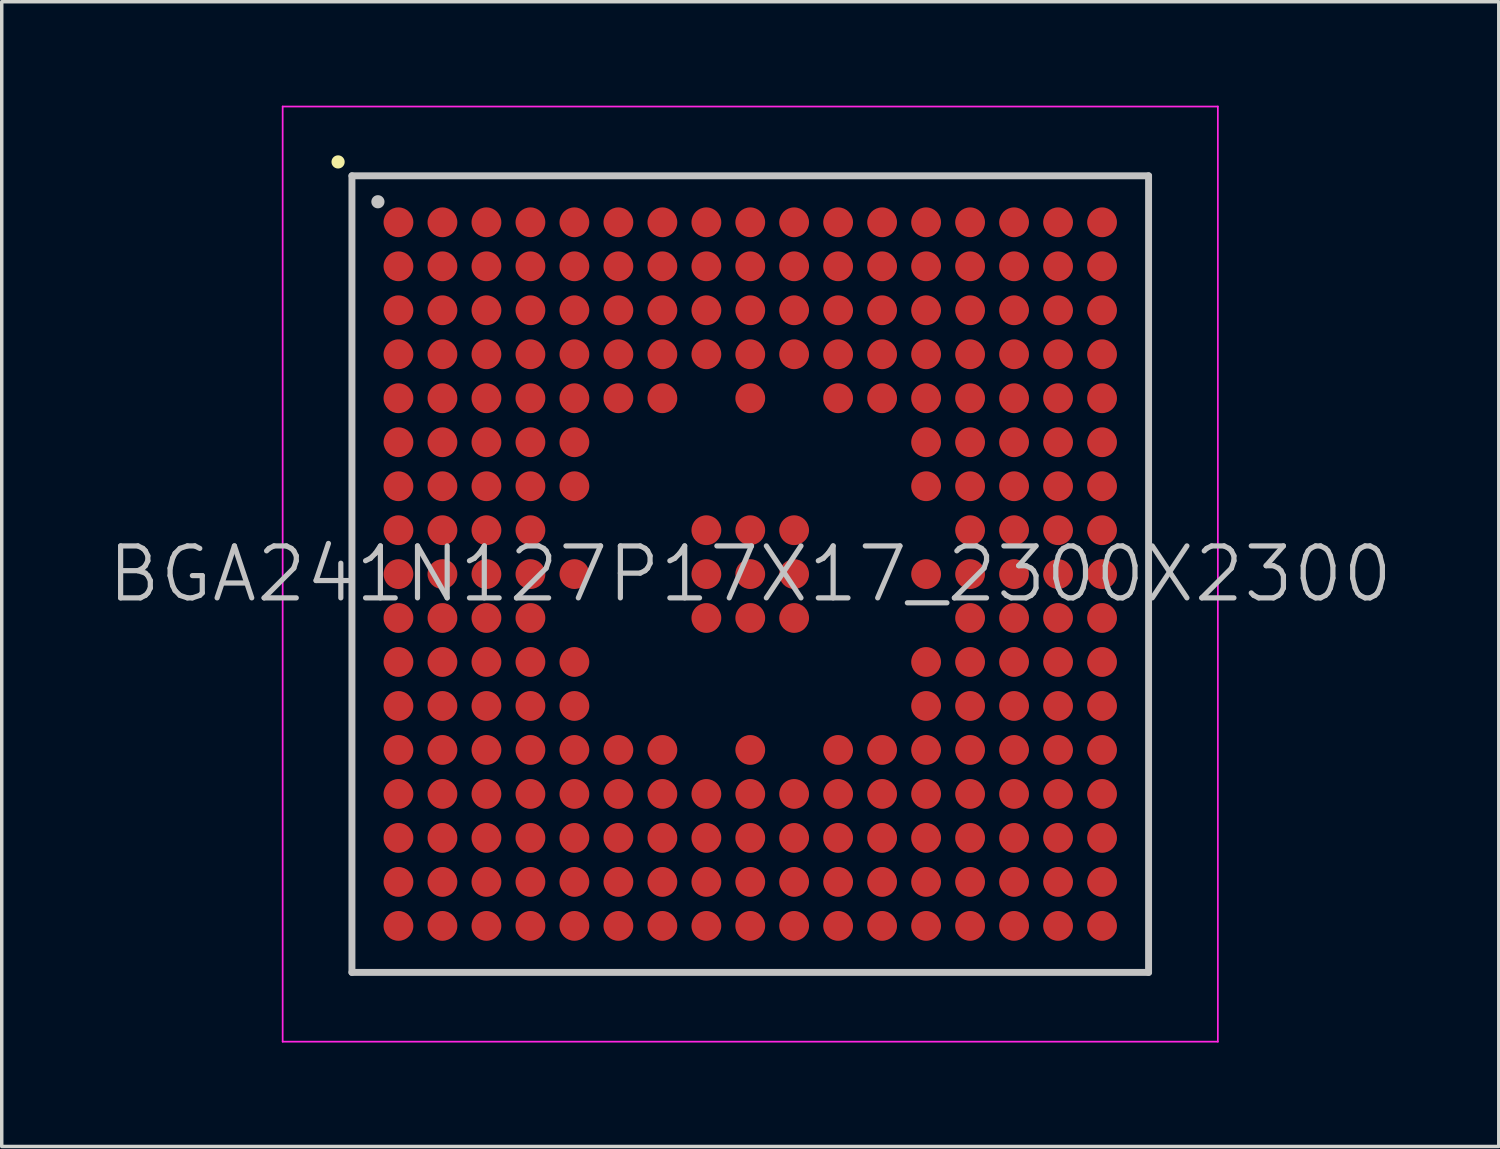
<source format=kicad_pcb>
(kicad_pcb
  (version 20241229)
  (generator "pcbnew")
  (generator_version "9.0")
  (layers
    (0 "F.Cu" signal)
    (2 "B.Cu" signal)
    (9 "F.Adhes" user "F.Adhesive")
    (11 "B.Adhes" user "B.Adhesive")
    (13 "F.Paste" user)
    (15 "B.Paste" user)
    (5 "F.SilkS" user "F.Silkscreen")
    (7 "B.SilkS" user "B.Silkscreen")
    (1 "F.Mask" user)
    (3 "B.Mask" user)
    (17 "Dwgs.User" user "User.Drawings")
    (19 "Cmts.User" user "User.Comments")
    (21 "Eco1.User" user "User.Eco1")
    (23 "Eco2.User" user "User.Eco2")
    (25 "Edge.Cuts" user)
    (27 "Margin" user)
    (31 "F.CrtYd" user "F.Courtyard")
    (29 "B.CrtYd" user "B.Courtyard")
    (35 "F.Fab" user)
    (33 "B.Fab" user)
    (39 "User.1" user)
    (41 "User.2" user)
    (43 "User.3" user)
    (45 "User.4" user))
  (footprint "BGA241N127P17X17_2300X2300"
    (layer "F.Cu")
    (at 18.611 13.525)
    (property "Reference" "BGA241N127P17X17_2300X2300" (at 0 0 0) (layer "Dwgs.User") (effects (font (size 1.5 1.5) (thickness 0.15))))
    (attr smd)
    (fp_line (start -11.9 -11.9) (end -11.9 -11.9) (stroke (width 0.381) (type solid)) (layer "F.SilkS"))
    (fp_line (start -11.5 -11.5) (end -11.5 11.5) (stroke (width 0.2) (type solid)) (layer "Dwgs.User"))
    (fp_line (start -11.5 -11.5) (end 11.5 -11.5) (stroke (width 0.2) (type solid)) (layer "Dwgs.User"))
    (fp_line (start -11.5 11.5) (end 11.5 11.5) (stroke (width 0.2) (type solid)) (layer "Dwgs.User"))
    (fp_line (start -10.75 -10.75) (end -10.75 -10.75) (stroke (width 0.381) (type solid)) (layer "Dwgs.User"))
    (fp_line (start 11.5 -11.5) (end 11.5 11.5) (stroke (width 0.2) (type solid)) (layer "Dwgs.User"))
    (fp_line (start -13.5 -13.5) (end -13.5 13.5) (stroke (width 0.05) (type solid)) (layer "F.CrtYd"))
    (fp_line (start -13.5 -13.5) (end 13.5 -13.5) (stroke (width 0.05) (type solid)) (layer "F.CrtYd"))
    (fp_line (start -13.5 13.5) (end 13.5 13.5) (stroke (width 0.05) (type solid)) (layer "F.CrtYd"))
    (fp_line (start 13.5 -13.5) (end 13.5 13.5) (stroke (width 0.05) (type solid)) (layer "F.CrtYd"))
    (pad "A1" smd circle (at -10.157 -10.157 270) (size 0.86 0.86) (layers "F.Cu" "F.Mask" "F.Paste"))
    (pad "A2" smd circle (at -8.887 -10.157 270) (size 0.86 0.86) (layers "F.Cu" "F.Mask" "F.Paste"))
    (pad "A3" smd circle (at -7.617 -10.157 270) (size 0.86 0.86) (layers "F.Cu" "F.Mask" "F.Paste"))
    (pad "A4" smd circle (at -6.347 -10.157 270) (size 0.86 0.86) (layers "F.Cu" "F.Mask" "F.Paste"))
    (pad "A5" smd circle (at -5.077 -10.157 270) (size 0.86 0.86) (layers "F.Cu" "F.Mask" "F.Paste"))
    (pad "A6" smd circle (at -3.807 -10.157 270) (size 0.86 0.86) (layers "F.Cu" "F.Mask" "F.Paste"))
    (pad "A7" smd circle (at -2.537 -10.157 270) (size 0.86 0.86) (layers "F.Cu" "F.Mask" "F.Paste"))
    (pad "A8" smd circle (at -1.267 -10.157 270) (size 0.86 0.86) (layers "F.Cu" "F.Mask" "F.Paste"))
    (pad "A9" smd circle (at 0 -10.157 270) (size 0.86 0.86) (layers "F.Cu" "F.Mask" "F.Paste"))
    (pad "A10" smd circle (at 1.267 -10.157 270) (size 0.86 0.86) (layers "F.Cu" "F.Mask" "F.Paste"))
    (pad "A11" smd circle (at 2.537 -10.157 270) (size 0.86 0.86) (layers "F.Cu" "F.Mask" "F.Paste"))
    (pad "A12" smd circle (at 3.807 -10.157 270) (size 0.86 0.86) (layers "F.Cu" "F.Mask" "F.Paste"))
    (pad "A13" smd circle (at 5.077 -10.157 270) (size 0.86 0.86) (layers "F.Cu" "F.Mask" "F.Paste"))
    (pad "A14" smd circle (at 6.347 -10.157 270) (size 0.86 0.86) (layers "F.Cu" "F.Mask" "F.Paste"))
    (pad "A15" smd circle (at 7.617 -10.157 270) (size 0.86 0.86) (layers "F.Cu" "F.Mask" "F.Paste"))
    (pad "A16" smd circle (at 8.887 -10.157 270) (size 0.86 0.86) (layers "F.Cu" "F.Mask" "F.Paste"))
    (pad "A17" smd circle (at 10.157 -10.157 270) (size 0.86 0.86) (layers "F.Cu" "F.Mask" "F.Paste"))
    (pad "B1" smd circle (at -10.157 -8.887 270) (size 0.86 0.86) (layers "F.Cu" "F.Mask" "F.Paste"))
    (pad "B2" smd circle (at -8.887 -8.887 270) (size 0.86 0.86) (layers "F.Cu" "F.Mask" "F.Paste"))
    (pad "B3" smd circle (at -7.617 -8.887 270) (size 0.86 0.86) (layers "F.Cu" "F.Mask" "F.Paste"))
    (pad "B4" smd circle (at -6.347 -8.887 270) (size 0.86 0.86) (layers "F.Cu" "F.Mask" "F.Paste"))
    (pad "B5" smd circle (at -5.077 -8.887 270) (size 0.86 0.86) (layers "F.Cu" "F.Mask" "F.Paste"))
    (pad "B6" smd circle (at -3.807 -8.887 270) (size 0.86 0.86) (layers "F.Cu" "F.Mask" "F.Paste"))
    (pad "B7" smd circle (at -2.537 -8.887 270) (size 0.86 0.86) (layers "F.Cu" "F.Mask" "F.Paste"))
    (pad "B8" smd circle (at -1.267 -8.887 270) (size 0.86 0.86) (layers "F.Cu" "F.Mask" "F.Paste"))
    (pad "B9" smd circle (at 0 -8.887 270) (size 0.86 0.86) (layers "F.Cu" "F.Mask" "F.Paste"))
    (pad "B10" smd circle (at 1.267 -8.887 270) (size 0.86 0.86) (layers "F.Cu" "F.Mask" "F.Paste"))
    (pad "B11" smd circle (at 2.537 -8.887 270) (size 0.86 0.86) (layers "F.Cu" "F.Mask" "F.Paste"))
    (pad "B12" smd circle (at 3.807 -8.887 270) (size 0.86 0.86) (layers "F.Cu" "F.Mask" "F.Paste"))
    (pad "B13" smd circle (at 5.077 -8.887 270) (size 0.86 0.86) (layers "F.Cu" "F.Mask" "F.Paste"))
    (pad "B14" smd circle (at 6.347 -8.887 270) (size 0.86 0.86) (layers "F.Cu" "F.Mask" "F.Paste"))
    (pad "B15" smd circle (at 7.617 -8.887 270) (size 0.86 0.86) (layers "F.Cu" "F.Mask" "F.Paste"))
    (pad "B16" smd circle (at 8.887 -8.887 270) (size 0.86 0.86) (layers "F.Cu" "F.Mask" "F.Paste"))
    (pad "B17" smd circle (at 10.157 -8.887 270) (size 0.86 0.86) (layers "F.Cu" "F.Mask" "F.Paste"))
    (pad "C1" smd circle (at -10.157 -7.617 270) (size 0.86 0.86) (layers "F.Cu" "F.Mask" "F.Paste"))
    (pad "C2" smd circle (at -8.887 -7.617 270) (size 0.86 0.86) (layers "F.Cu" "F.Mask" "F.Paste"))
    (pad "C3" smd circle (at -7.617 -7.617 270) (size 0.86 0.86) (layers "F.Cu" "F.Mask" "F.Paste"))
    (pad "C4" smd circle (at -6.347 -7.617 270) (size 0.86 0.86) (layers "F.Cu" "F.Mask" "F.Paste"))
    (pad "C5" smd circle (at -5.077 -7.617 270) (size 0.86 0.86) (layers "F.Cu" "F.Mask" "F.Paste"))
    (pad "C6" smd circle (at -3.807 -7.617 270) (size 0.86 0.86) (layers "F.Cu" "F.Mask" "F.Paste"))
    (pad "C7" smd circle (at -2.537 -7.617 270) (size 0.86 0.86) (layers "F.Cu" "F.Mask" "F.Paste"))
    (pad "C8" smd circle (at -1.267 -7.617 270) (size 0.86 0.86) (layers "F.Cu" "F.Mask" "F.Paste"))
    (pad "C9" smd circle (at 0 -7.617 270) (size 0.86 0.86) (layers "F.Cu" "F.Mask" "F.Paste"))
    (pad "C10" smd circle (at 1.267 -7.617 270) (size 0.86 0.86) (layers "F.Cu" "F.Mask" "F.Paste"))
    (pad "C11" smd circle (at 2.537 -7.617 270) (size 0.86 0.86) (layers "F.Cu" "F.Mask" "F.Paste"))
    (pad "C12" smd circle (at 3.807 -7.617 270) (size 0.86 0.86) (layers "F.Cu" "F.Mask" "F.Paste"))
    (pad "C13" smd circle (at 5.077 -7.617 270) (size 0.86 0.86) (layers "F.Cu" "F.Mask" "F.Paste"))
    (pad "C14" smd circle (at 6.347 -7.617 270) (size 0.86 0.86) (layers "F.Cu" "F.Mask" "F.Paste"))
    (pad "C15" smd circle (at 7.617 -7.617 270) (size 0.86 0.86) (layers "F.Cu" "F.Mask" "F.Paste"))
    (pad "C16" smd circle (at 8.887 -7.617 270) (size 0.86 0.86) (layers "F.Cu" "F.Mask" "F.Paste"))
    (pad "C17" smd circle (at 10.157 -7.617 270) (size 0.86 0.86) (layers "F.Cu" "F.Mask" "F.Paste"))
    (pad "D1" smd circle (at -10.157 -6.347 270) (size 0.86 0.86) (layers "F.Cu" "F.Mask" "F.Paste"))
    (pad "D2" smd circle (at -8.887 -6.347 270) (size 0.86 0.86) (layers "F.Cu" "F.Mask" "F.Paste"))
    (pad "D3" smd circle (at -7.617 -6.347 270) (size 0.86 0.86) (layers "F.Cu" "F.Mask" "F.Paste"))
    (pad "D4" smd circle (at -6.347 -6.347 270) (size 0.86 0.86) (layers "F.Cu" "F.Mask" "F.Paste"))
    (pad "D5" smd circle (at -5.077 -6.347 270) (size 0.86 0.86) (layers "F.Cu" "F.Mask" "F.Paste"))
    (pad "D6" smd circle (at -3.807 -6.347 270) (size 0.86 0.86) (layers "F.Cu" "F.Mask" "F.Paste"))
    (pad "D7" smd circle (at -2.537 -6.347 270) (size 0.86 0.86) (layers "F.Cu" "F.Mask" "F.Paste"))
    (pad "D8" smd circle (at -1.267 -6.347 270) (size 0.86 0.86) (layers "F.Cu" "F.Mask" "F.Paste"))
    (pad "D9" smd circle (at 0 -6.347 270) (size 0.86 0.86) (layers "F.Cu" "F.Mask" "F.Paste"))
    (pad "D10" smd circle (at 1.267 -6.347 270) (size 0.86 0.86) (layers "F.Cu" "F.Mask" "F.Paste"))
    (pad "D11" smd circle (at 2.537 -6.347 270) (size 0.86 0.86) (layers "F.Cu" "F.Mask" "F.Paste"))
    (pad "D12" smd circle (at 3.807 -6.347 270) (size 0.86 0.86) (layers "F.Cu" "F.Mask" "F.Paste"))
    (pad "D13" smd circle (at 5.077 -6.347 270) (size 0.86 0.86) (layers "F.Cu" "F.Mask" "F.Paste"))
    (pad "D14" smd circle (at 6.347 -6.347 270) (size 0.86 0.86) (layers "F.Cu" "F.Mask" "F.Paste"))
    (pad "D15" smd circle (at 7.617 -6.347 270) (size 0.86 0.86) (layers "F.Cu" "F.Mask" "F.Paste"))
    (pad "D16" smd circle (at 8.887 -6.347 270) (size 0.86 0.86) (layers "F.Cu" "F.Mask" "F.Paste"))
    (pad "D17" smd circle (at 10.157 -6.347 270) (size 0.86 0.86) (layers "F.Cu" "F.Mask" "F.Paste"))
    (pad "E1" smd circle (at -10.157 -5.077 270) (size 0.86 0.86) (layers "F.Cu" "F.Mask" "F.Paste"))
    (pad "E2" smd circle (at -8.887 -5.077 270) (size 0.86 0.86) (layers "F.Cu" "F.Mask" "F.Paste"))
    (pad "E3" smd circle (at -7.617 -5.077 270) (size 0.86 0.86) (layers "F.Cu" "F.Mask" "F.Paste"))
    (pad "E4" smd circle (at -6.347 -5.077 270) (size 0.86 0.86) (layers "F.Cu" "F.Mask" "F.Paste"))
    (pad "E5" smd circle (at -5.077 -5.077 270) (size 0.86 0.86) (layers "F.Cu" "F.Mask" "F.Paste"))
    (pad "E6" smd circle (at -3.807 -5.077 270) (size 0.86 0.86) (layers "F.Cu" "F.Mask" "F.Paste"))
    (pad "E7" smd circle (at -2.537 -5.077 270) (size 0.86 0.86) (layers "F.Cu" "F.Mask" "F.Paste"))
    (pad "E9" smd circle (at 0 -5.077 270) (size 0.86 0.86) (layers "F.Cu" "F.Mask" "F.Paste"))
    (pad "E11" smd circle (at 2.537 -5.077 270) (size 0.86 0.86) (layers "F.Cu" "F.Mask" "F.Paste"))
    (pad "E12" smd circle (at 3.807 -5.077 270) (size 0.86 0.86) (layers "F.Cu" "F.Mask" "F.Paste"))
    (pad "E13" smd circle (at 5.077 -5.077 270) (size 0.86 0.86) (layers "F.Cu" "F.Mask" "F.Paste"))
    (pad "E14" smd circle (at 6.347 -5.077 270) (size 0.86 0.86) (layers "F.Cu" "F.Mask" "F.Paste"))
    (pad "E15" smd circle (at 7.617 -5.077 270) (size 0.86 0.86) (layers "F.Cu" "F.Mask" "F.Paste"))
    (pad "E16" smd circle (at 8.887 -5.077 270) (size 0.86 0.86) (layers "F.Cu" "F.Mask" "F.Paste"))
    (pad "E17" smd circle (at 10.157 -5.077 270) (size 0.86 0.86) (layers "F.Cu" "F.Mask" "F.Paste"))
    (pad "F1" smd circle (at -10.157 -3.807 270) (size 0.86 0.86) (layers "F.Cu" "F.Mask" "F.Paste"))
    (pad "F2" smd circle (at -8.887 -3.807 270) (size 0.86 0.86) (layers "F.Cu" "F.Mask" "F.Paste"))
    (pad "F3" smd circle (at -7.617 -3.807 270) (size 0.86 0.86) (layers "F.Cu" "F.Mask" "F.Paste"))
    (pad "F4" smd circle (at -6.347 -3.807 270) (size 0.86 0.86) (layers "F.Cu" "F.Mask" "F.Paste"))
    (pad "F5" smd circle (at -5.077 -3.807 270) (size 0.86 0.86) (layers "F.Cu" "F.Mask" "F.Paste"))
    (pad "F13" smd circle (at 5.077 -3.807 270) (size 0.86 0.86) (layers "F.Cu" "F.Mask" "F.Paste"))
    (pad "F14" smd circle (at 6.347 -3.807 270) (size 0.86 0.86) (layers "F.Cu" "F.Mask" "F.Paste"))
    (pad "F15" smd circle (at 7.617 -3.807 270) (size 0.86 0.86) (layers "F.Cu" "F.Mask" "F.Paste"))
    (pad "F16" smd circle (at 8.887 -3.807 270) (size 0.86 0.86) (layers "F.Cu" "F.Mask" "F.Paste"))
    (pad "F17" smd circle (at 10.157 -3.807 270) (size 0.86 0.86) (layers "F.Cu" "F.Mask" "F.Paste"))
    (pad "G1" smd circle (at -10.157 -2.537 270) (size 0.86 0.86) (layers "F.Cu" "F.Mask" "F.Paste"))
    (pad "G2" smd circle (at -8.887 -2.537 270) (size 0.86 0.86) (layers "F.Cu" "F.Mask" "F.Paste"))
    (pad "G3" smd circle (at -7.617 -2.537 270) (size 0.86 0.86) (layers "F.Cu" "F.Mask" "F.Paste"))
    (pad "G4" smd circle (at -6.347 -2.537 270) (size 0.86 0.86) (layers "F.Cu" "F.Mask" "F.Paste"))
    (pad "G5" smd circle (at -5.077 -2.537 270) (size 0.86 0.86) (layers "F.Cu" "F.Mask" "F.Paste"))
    (pad "G13" smd circle (at 5.077 -2.537 270) (size 0.86 0.86) (layers "F.Cu" "F.Mask" "F.Paste"))
    (pad "G14" smd circle (at 6.347 -2.537 270) (size 0.86 0.86) (layers "F.Cu" "F.Mask" "F.Paste"))
    (pad "G15" smd circle (at 7.617 -2.537 270) (size 0.86 0.86) (layers "F.Cu" "F.Mask" "F.Paste"))
    (pad "G16" smd circle (at 8.887 -2.537 270) (size 0.86 0.86) (layers "F.Cu" "F.Mask" "F.Paste"))
    (pad "G17" smd circle (at 10.157 -2.537 270) (size 0.86 0.86) (layers "F.Cu" "F.Mask" "F.Paste"))
    (pad "H1" smd circle (at -10.157 -1.267 270) (size 0.86 0.86) (layers "F.Cu" "F.Mask" "F.Paste"))
    (pad "H2" smd circle (at -8.887 -1.267 270) (size 0.86 0.86) (layers "F.Cu" "F.Mask" "F.Paste"))
    (pad "H3" smd circle (at -7.617 -1.267 270) (size 0.86 0.86) (layers "F.Cu" "F.Mask" "F.Paste"))
    (pad "H4" smd circle (at -6.347 -1.267 270) (size 0.86 0.86) (layers "F.Cu" "F.Mask" "F.Paste"))
    (pad "H8" smd circle (at -1.267 -1.267 270) (size 0.86 0.86) (layers "F.Cu" "F.Mask" "F.Paste"))
    (pad "H9" smd circle (at 0 -1.267 270) (size 0.86 0.86) (layers "F.Cu" "F.Mask" "F.Paste"))
    (pad "H10" smd circle (at 1.267 -1.267 270) (size 0.86 0.86) (layers "F.Cu" "F.Mask" "F.Paste"))
    (pad "H14" smd circle (at 6.347 -1.267 270) (size 0.86 0.86) (layers "F.Cu" "F.Mask" "F.Paste"))
    (pad "H15" smd circle (at 7.617 -1.267 270) (size 0.86 0.86) (layers "F.Cu" "F.Mask" "F.Paste"))
    (pad "H16" smd circle (at 8.887 -1.267 270) (size 0.86 0.86) (layers "F.Cu" "F.Mask" "F.Paste"))
    (pad "H17" smd circle (at 10.157 -1.267 270) (size 0.86 0.86) (layers "F.Cu" "F.Mask" "F.Paste"))
    (pad "J1" smd circle (at -10.157 0 270) (size 0.86 0.86) (layers "F.Cu" "F.Mask" "F.Paste"))
    (pad "J2" smd circle (at -8.887 0 270) (size 0.86 0.86) (layers "F.Cu" "F.Mask" "F.Paste"))
    (pad "J3" smd circle (at -7.617 0 270) (size 0.86 0.86) (layers "F.Cu" "F.Mask" "F.Paste"))
    (pad "J4" smd circle (at -6.347 0 270) (size 0.86 0.86) (layers "F.Cu" "F.Mask" "F.Paste"))
    (pad "J5" smd circle (at -5.077 0 270) (size 0.86 0.86) (layers "F.Cu" "F.Mask" "F.Paste"))
    (pad "J8" smd circle (at -1.267 0 270) (size 0.86 0.86) (layers "F.Cu" "F.Mask" "F.Paste"))
    (pad "J9" smd circle (at 0 0 270) (size 0.86 0.86) (layers "F.Cu" "F.Mask" "F.Paste"))
    (pad "J10" smd circle (at 1.267 0 270) (size 0.86 0.86) (layers "F.Cu" "F.Mask" "F.Paste"))
    (pad "J13" smd circle (at 5.077 0 270) (size 0.86 0.86) (layers "F.Cu" "F.Mask" "F.Paste"))
    (pad "J14" smd circle (at 6.347 0 270) (size 0.86 0.86) (layers "F.Cu" "F.Mask" "F.Paste"))
    (pad "J15" smd circle (at 7.617 0 270) (size 0.86 0.86) (layers "F.Cu" "F.Mask" "F.Paste"))
    (pad "J16" smd circle (at 8.887 0 270) (size 0.86 0.86) (layers "F.Cu" "F.Mask" "F.Paste"))
    (pad "J17" smd circle (at 10.157 0 270) (size 0.86 0.86) (layers "F.Cu" "F.Mask" "F.Paste"))
    (pad "K1" smd circle (at -10.157 1.267 270) (size 0.86 0.86) (layers "F.Cu" "F.Mask" "F.Paste"))
    (pad "K2" smd circle (at -8.887 1.267 270) (size 0.86 0.86) (layers "F.Cu" "F.Mask" "F.Paste"))
    (pad "K3" smd circle (at -7.617 1.267 270) (size 0.86 0.86) (layers "F.Cu" "F.Mask" "F.Paste"))
    (pad "K4" smd circle (at -6.347 1.267 270) (size 0.86 0.86) (layers "F.Cu" "F.Mask" "F.Paste"))
    (pad "K8" smd circle (at -1.267 1.267 270) (size 0.86 0.86) (layers "F.Cu" "F.Mask" "F.Paste"))
    (pad "K9" smd circle (at 0 1.267 270) (size 0.86 0.86) (layers "F.Cu" "F.Mask" "F.Paste"))
    (pad "K10" smd circle (at 1.267 1.267 270) (size 0.86 0.86) (layers "F.Cu" "F.Mask" "F.Paste"))
    (pad "K14" smd circle (at 6.347 1.267 270) (size 0.86 0.86) (layers "F.Cu" "F.Mask" "F.Paste"))
    (pad "K15" smd circle (at 7.617 1.267 270) (size 0.86 0.86) (layers "F.Cu" "F.Mask" "F.Paste"))
    (pad "K16" smd circle (at 8.887 1.267 270) (size 0.86 0.86) (layers "F.Cu" "F.Mask" "F.Paste"))
    (pad "K17" smd circle (at 10.157 1.267 270) (size 0.86 0.86) (layers "F.Cu" "F.Mask" "F.Paste"))
    (pad "L1" smd circle (at -10.157 2.537 270) (size 0.86 0.86) (layers "F.Cu" "F.Mask" "F.Paste"))
    (pad "L2" smd circle (at -8.887 2.537 270) (size 0.86 0.86) (layers "F.Cu" "F.Mask" "F.Paste"))
    (pad "L3" smd circle (at -7.617 2.537 270) (size 0.86 0.86) (layers "F.Cu" "F.Mask" "F.Paste"))
    (pad "L4" smd circle (at -6.347 2.537 270) (size 0.86 0.86) (layers "F.Cu" "F.Mask" "F.Paste"))
    (pad "L5" smd circle (at -5.077 2.537 270) (size 0.86 0.86) (layers "F.Cu" "F.Mask" "F.Paste"))
    (pad "L13" smd circle (at 5.077 2.537 270) (size 0.86 0.86) (layers "F.Cu" "F.Mask" "F.Paste"))
    (pad "L14" smd circle (at 6.347 2.537 270) (size 0.86 0.86) (layers "F.Cu" "F.Mask" "F.Paste"))
    (pad "L15" smd circle (at 7.617 2.537 270) (size 0.86 0.86) (layers "F.Cu" "F.Mask" "F.Paste"))
    (pad "L16" smd circle (at 8.887 2.537 270) (size 0.86 0.86) (layers "F.Cu" "F.Mask" "F.Paste"))
    (pad "L17" smd circle (at 10.157 2.537 270) (size 0.86 0.86) (layers "F.Cu" "F.Mask" "F.Paste"))
    (pad "M1" smd circle (at -10.157 3.807 270) (size 0.86 0.86) (layers "F.Cu" "F.Mask" "F.Paste"))
    (pad "M2" smd circle (at -8.887 3.807 270) (size 0.86 0.86) (layers "F.Cu" "F.Mask" "F.Paste"))
    (pad "M3" smd circle (at -7.617 3.807 270) (size 0.86 0.86) (layers "F.Cu" "F.Mask" "F.Paste"))
    (pad "M4" smd circle (at -6.347 3.807 270) (size 0.86 0.86) (layers "F.Cu" "F.Mask" "F.Paste"))
    (pad "M5" smd circle (at -5.077 3.807 270) (size 0.86 0.86) (layers "F.Cu" "F.Mask" "F.Paste"))
    (pad "M13" smd circle (at 5.077 3.807 270) (size 0.86 0.86) (layers "F.Cu" "F.Mask" "F.Paste"))
    (pad "M14" smd circle (at 6.347 3.807 270) (size 0.86 0.86) (layers "F.Cu" "F.Mask" "F.Paste"))
    (pad "M15" smd circle (at 7.617 3.807 270) (size 0.86 0.86) (layers "F.Cu" "F.Mask" "F.Paste"))
    (pad "M16" smd circle (at 8.887 3.807 270) (size 0.86 0.86) (layers "F.Cu" "F.Mask" "F.Paste"))
    (pad "M17" smd circle (at 10.157 3.807 270) (size 0.86 0.86) (layers "F.Cu" "F.Mask" "F.Paste"))
    (pad "N1" smd circle (at -10.157 5.077 270) (size 0.86 0.86) (layers "F.Cu" "F.Mask" "F.Paste"))
    (pad "N2" smd circle (at -8.887 5.077 270) (size 0.86 0.86) (layers "F.Cu" "F.Mask" "F.Paste"))
    (pad "N3" smd circle (at -7.617 5.077 270) (size 0.86 0.86) (layers "F.Cu" "F.Mask" "F.Paste"))
    (pad "N4" smd circle (at -6.347 5.077 270) (size 0.86 0.86) (layers "F.Cu" "F.Mask" "F.Paste"))
    (pad "N5" smd circle (at -5.077 5.077 270) (size 0.86 0.86) (layers "F.Cu" "F.Mask" "F.Paste"))
    (pad "N6" smd circle (at -3.807 5.077 270) (size 0.86 0.86) (layers "F.Cu" "F.Mask" "F.Paste"))
    (pad "N7" smd circle (at -2.537 5.077 270) (size 0.86 0.86) (layers "F.Cu" "F.Mask" "F.Paste"))
    (pad "N9" smd circle (at 0 5.077 270) (size 0.86 0.86) (layers "F.Cu" "F.Mask" "F.Paste"))
    (pad "N11" smd circle (at 2.537 5.077 270) (size 0.86 0.86) (layers "F.Cu" "F.Mask" "F.Paste"))
    (pad "N12" smd circle (at 3.807 5.077 270) (size 0.86 0.86) (layers "F.Cu" "F.Mask" "F.Paste"))
    (pad "N13" smd circle (at 5.077 5.077 270) (size 0.86 0.86) (layers "F.Cu" "F.Mask" "F.Paste"))
    (pad "N14" smd circle (at 6.347 5.077 270) (size 0.86 0.86) (layers "F.Cu" "F.Mask" "F.Paste"))
    (pad "N15" smd circle (at 7.617 5.077 270) (size 0.86 0.86) (layers "F.Cu" "F.Mask" "F.Paste"))
    (pad "N16" smd circle (at 8.887 5.077 270) (size 0.86 0.86) (layers "F.Cu" "F.Mask" "F.Paste"))
    (pad "N17" smd circle (at 10.157 5.077 270) (size 0.86 0.86) (layers "F.Cu" "F.Mask" "F.Paste"))
    (pad "P1" smd circle (at -10.157 6.347 270) (size 0.86 0.86) (layers "F.Cu" "F.Mask" "F.Paste"))
    (pad "P2" smd circle (at -8.887 6.347 270) (size 0.86 0.86) (layers "F.Cu" "F.Mask" "F.Paste"))
    (pad "P3" smd circle (at -7.617 6.347 270) (size 0.86 0.86) (layers "F.Cu" "F.Mask" "F.Paste"))
    (pad "P4" smd circle (at -6.347 6.347 270) (size 0.86 0.86) (layers "F.Cu" "F.Mask" "F.Paste"))
    (pad "P5" smd circle (at -5.077 6.347 270) (size 0.86 0.86) (layers "F.Cu" "F.Mask" "F.Paste"))
    (pad "P6" smd circle (at -3.807 6.347 270) (size 0.86 0.86) (layers "F.Cu" "F.Mask" "F.Paste"))
    (pad "P7" smd circle (at -2.537 6.347 270) (size 0.86 0.86) (layers "F.Cu" "F.Mask" "F.Paste"))
    (pad "P8" smd circle (at -1.267 6.347 270) (size 0.86 0.86) (layers "F.Cu" "F.Mask" "F.Paste"))
    (pad "P9" smd circle (at 0 6.347 270) (size 0.86 0.86) (layers "F.Cu" "F.Mask" "F.Paste"))
    (pad "P10" smd circle (at 1.267 6.347 270) (size 0.86 0.86) (layers "F.Cu" "F.Mask" "F.Paste"))
    (pad "P11" smd circle (at 2.537 6.347 270) (size 0.86 0.86) (layers "F.Cu" "F.Mask" "F.Paste"))
    (pad "P12" smd circle (at 3.807 6.347 270) (size 0.86 0.86) (layers "F.Cu" "F.Mask" "F.Paste"))
    (pad "P13" smd circle (at 5.077 6.347 270) (size 0.86 0.86) (layers "F.Cu" "F.Mask" "F.Paste"))
    (pad "P14" smd circle (at 6.347 6.347 270) (size 0.86 0.86) (layers "F.Cu" "F.Mask" "F.Paste"))
    (pad "P15" smd circle (at 7.617 6.347 270) (size 0.86 0.86) (layers "F.Cu" "F.Mask" "F.Paste"))
    (pad "P16" smd circle (at 8.887 6.347 270) (size 0.86 0.86) (layers "F.Cu" "F.Mask" "F.Paste"))
    (pad "P17" smd circle (at 10.157 6.347 270) (size 0.86 0.86) (layers "F.Cu" "F.Mask" "F.Paste"))
    (pad "R1" smd circle (at -10.157 7.617 270) (size 0.86 0.86) (layers "F.Cu" "F.Mask" "F.Paste"))
    (pad "R2" smd circle (at -8.887 7.617 270) (size 0.86 0.86) (layers "F.Cu" "F.Mask" "F.Paste"))
    (pad "R3" smd circle (at -7.617 7.617 270) (size 0.86 0.86) (layers "F.Cu" "F.Mask" "F.Paste"))
    (pad "R4" smd circle (at -6.347 7.617 270) (size 0.86 0.86) (layers "F.Cu" "F.Mask" "F.Paste"))
    (pad "R5" smd circle (at -5.077 7.617 270) (size 0.86 0.86) (layers "F.Cu" "F.Mask" "F.Paste"))
    (pad "R6" smd circle (at -3.807 7.617 270) (size 0.86 0.86) (layers "F.Cu" "F.Mask" "F.Paste"))
    (pad "R7" smd circle (at -2.537 7.617 270) (size 0.86 0.86) (layers "F.Cu" "F.Mask" "F.Paste"))
    (pad "R8" smd circle (at -1.267 7.617 270) (size 0.86 0.86) (layers "F.Cu" "F.Mask" "F.Paste"))
    (pad "R9" smd circle (at 0 7.617 270) (size 0.86 0.86) (layers "F.Cu" "F.Mask" "F.Paste"))
    (pad "R10" smd circle (at 1.267 7.617 270) (size 0.86 0.86) (layers "F.Cu" "F.Mask" "F.Paste"))
    (pad "R11" smd circle (at 2.537 7.617 270) (size 0.86 0.86) (layers "F.Cu" "F.Mask" "F.Paste"))
    (pad "R12" smd circle (at 3.807 7.617 270) (size 0.86 0.86) (layers "F.Cu" "F.Mask" "F.Paste"))
    (pad "R13" smd circle (at 5.077 7.617 270) (size 0.86 0.86) (layers "F.Cu" "F.Mask" "F.Paste"))
    (pad "R14" smd circle (at 6.347 7.617 270) (size 0.86 0.86) (layers "F.Cu" "F.Mask" "F.Paste"))
    (pad "R15" smd circle (at 7.617 7.617 270) (size 0.86 0.86) (layers "F.Cu" "F.Mask" "F.Paste"))
    (pad "R16" smd circle (at 8.887 7.617 270) (size 0.86 0.86) (layers "F.Cu" "F.Mask" "F.Paste"))
    (pad "R17" smd circle (at 10.157 7.617 270) (size 0.86 0.86) (layers "F.Cu" "F.Mask" "F.Paste"))
    (pad "T1" smd circle (at -10.157 8.887 270) (size 0.86 0.86) (layers "F.Cu" "F.Mask" "F.Paste"))
    (pad "T2" smd circle (at -8.887 8.887 270) (size 0.86 0.86) (layers "F.Cu" "F.Mask" "F.Paste"))
    (pad "T3" smd circle (at -7.617 8.887 270) (size 0.86 0.86) (layers "F.Cu" "F.Mask" "F.Paste"))
    (pad "T4" smd circle (at -6.347 8.887 270) (size 0.86 0.86) (layers "F.Cu" "F.Mask" "F.Paste"))
    (pad "T5" smd circle (at -5.077 8.887 270) (size 0.86 0.86) (layers "F.Cu" "F.Mask" "F.Paste"))
    (pad "T6" smd circle (at -3.807 8.887 270) (size 0.86 0.86) (layers "F.Cu" "F.Mask" "F.Paste"))
    (pad "T7" smd circle (at -2.537 8.887 270) (size 0.86 0.86) (layers "F.Cu" "F.Mask" "F.Paste"))
    (pad "T8" smd circle (at -1.267 8.887 270) (size 0.86 0.86) (layers "F.Cu" "F.Mask" "F.Paste"))
    (pad "T9" smd circle (at 0 8.887 270) (size 0.86 0.86) (layers "F.Cu" "F.Mask" "F.Paste"))
    (pad "T10" smd circle (at 1.267 8.887 270) (size 0.86 0.86) (layers "F.Cu" "F.Mask" "F.Paste"))
    (pad "T11" smd circle (at 2.537 8.887 270) (size 0.86 0.86) (layers "F.Cu" "F.Mask" "F.Paste"))
    (pad "T12" smd circle (at 3.807 8.887 270) (size 0.86 0.86) (layers "F.Cu" "F.Mask" "F.Paste"))
    (pad "T13" smd circle (at 5.077 8.887 270) (size 0.86 0.86) (layers "F.Cu" "F.Mask" "F.Paste"))
    (pad "T14" smd circle (at 6.347 8.887 270) (size 0.86 0.86) (layers "F.Cu" "F.Mask" "F.Paste"))
    (pad "T15" smd circle (at 7.617 8.887 270) (size 0.86 0.86) (layers "F.Cu" "F.Mask" "F.Paste"))
    (pad "T16" smd circle (at 8.887 8.887 270) (size 0.86 0.86) (layers "F.Cu" "F.Mask" "F.Paste"))
    (pad "T17" smd circle (at 10.157 8.887 270) (size 0.86 0.86) (layers "F.Cu" "F.Mask" "F.Paste"))
    (pad "U1" smd circle (at -10.157 10.157 270) (size 0.86 0.86) (layers "F.Cu" "F.Mask" "F.Paste"))
    (pad "U2" smd circle (at -8.887 10.157 270) (size 0.86 0.86) (layers "F.Cu" "F.Mask" "F.Paste"))
    (pad "U3" smd circle (at -7.617 10.157 270) (size 0.86 0.86) (layers "F.Cu" "F.Mask" "F.Paste"))
    (pad "U4" smd circle (at -6.347 10.157 270) (size 0.86 0.86) (layers "F.Cu" "F.Mask" "F.Paste"))
    (pad "U5" smd circle (at -5.077 10.157 270) (size 0.86 0.86) (layers "F.Cu" "F.Mask" "F.Paste"))
    (pad "U6" smd circle (at -3.807 10.157 270) (size 0.86 0.86) (layers "F.Cu" "F.Mask" "F.Paste"))
    (pad "U7" smd circle (at -2.537 10.157 270) (size 0.86 0.86) (layers "F.Cu" "F.Mask" "F.Paste"))
    (pad "U8" smd circle (at -1.267 10.157 270) (size 0.86 0.86) (layers "F.Cu" "F.Mask" "F.Paste"))
    (pad "U9" smd circle (at 0 10.157 270) (size 0.86 0.86) (layers "F.Cu" "F.Mask" "F.Paste"))
    (pad "U10" smd circle (at 1.267 10.157 270) (size 0.86 0.86) (layers "F.Cu" "F.Mask" "F.Paste"))
    (pad "U11" smd circle (at 2.537 10.157 270) (size 0.86 0.86) (layers "F.Cu" "F.Mask" "F.Paste"))
    (pad "U12" smd circle (at 3.807 10.157 270) (size 0.86 0.86) (layers "F.Cu" "F.Mask" "F.Paste"))
    (pad "U13" smd circle (at 5.077 10.157 270) (size 0.86 0.86) (layers "F.Cu" "F.Mask" "F.Paste"))
    (pad "U14" smd circle (at 6.347 10.157 270) (size 0.86 0.86) (layers "F.Cu" "F.Mask" "F.Paste"))
    (pad "U15" smd circle (at 7.617 10.157 270) (size 0.86 0.86) (layers "F.Cu" "F.Mask" "F.Paste"))
    (pad "U16" smd circle (at 8.887 10.157 270) (size 0.86 0.86) (layers "F.Cu" "F.Mask" "F.Paste"))
    (pad "U17" smd circle (at 10.157 10.157 270) (size 0.86 0.86) (layers "F.Cu" "F.Mask" "F.Paste")))
  (gr_rect
    (start -3 -3)
    (end 40.221 30.05)
    (stroke (width 0.1) (type default))
    (fill no)
    (layer "Edge.Cuts")))
</source>
